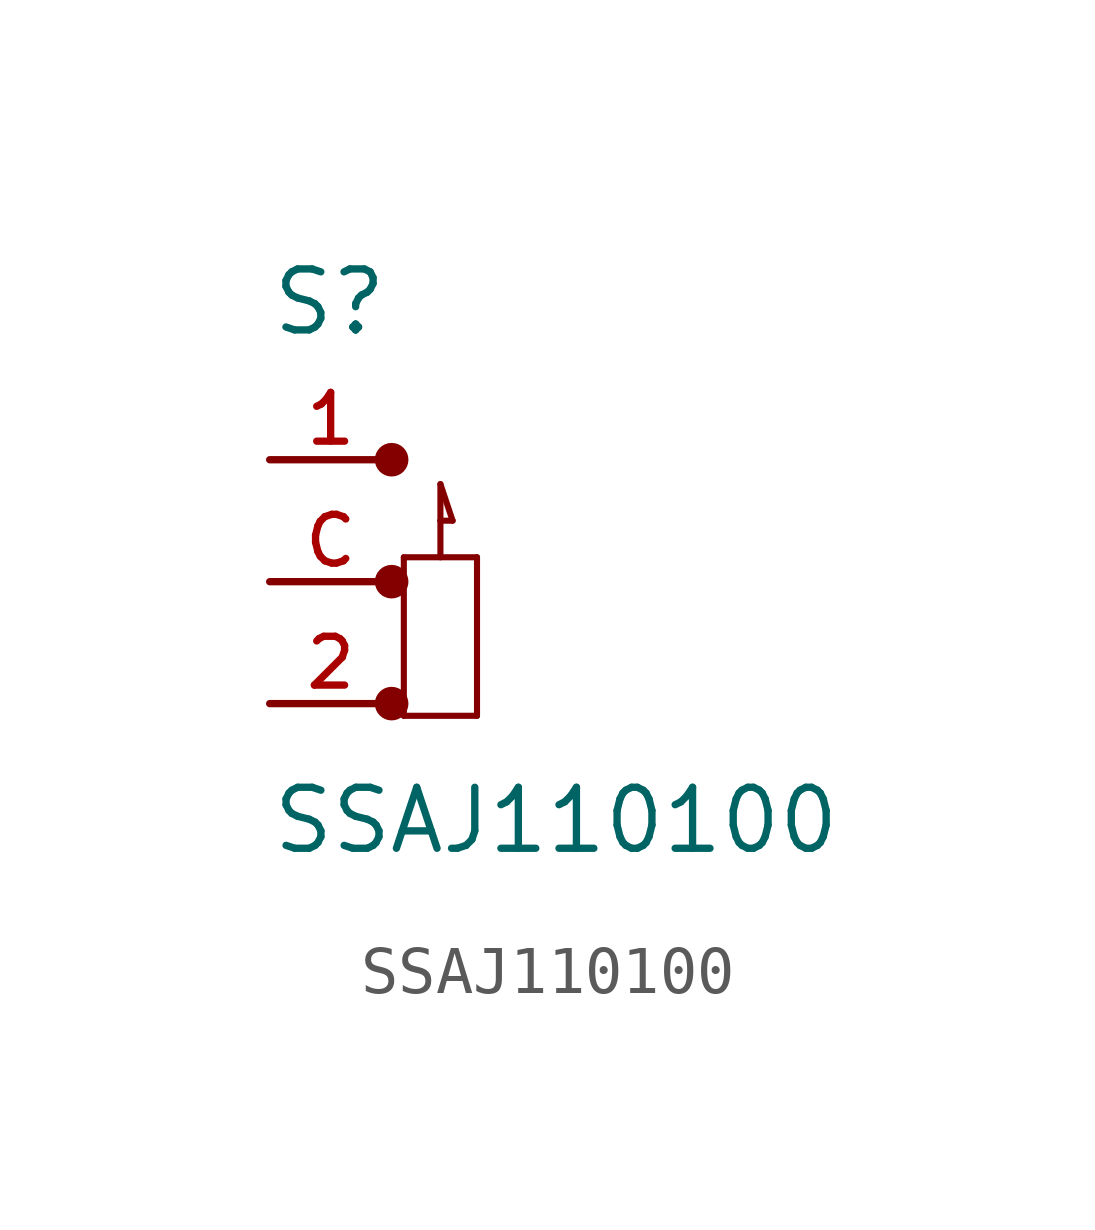
<source format=kicad_sym>
(kicad_symbol_lib
  (version 20211014)
  (generator kicad_symbol_editor)
  (symbol "SSAJ110100"
    (pin_names
      (offset 1.016))
    (property "Reference" "S"
      (at -2.543 5.08 0)
      (effects (font (size 1.27 1.27)) (justify bottom left)))
    (property "Value" "SSAJ110100"
      (at -2.541 -5.716 0)
      (effects (font (size 1.27 1.27)) (justify bottom left)))
    (symbol "SSAJ110100_0_0"
      (circle (center 0.0 2.54) (radius 0.2) (stroke (width 0.3)) (fill (type none)))
      (polyline (pts (xy 1.016 0.508) (xy 1.016 1.27)) (stroke (width 0.127)))
      (polyline (pts (xy 1.016 1.27) (xy 1.016 2.032)) (stroke (width 0.127)))
      (polyline (pts (xy 1.016 2.032) (xy 1.27 1.27)) (stroke (width 0.127)))
      (polyline (pts (xy 1.27 1.27) (xy 1.016 1.27)) (stroke (width 0.127)))
      (circle (center 0.0 0.0) (radius 0.2) (stroke (width 0.3)) (fill (type none)))
      (circle (center 0.0 -2.54) (radius 0.2) (stroke (width 0.3)) (fill (type none)))
      (polyline (pts (xy 0.254 0.508) (xy 1.778 0.508)) (stroke (width 0.127)))
      (polyline (pts (xy 1.778 0.508) (xy 1.778 -2.794)) (stroke (width 0.127)))
      (polyline (pts (xy 1.778 -2.794) (xy 0.254 -2.794)) (stroke (width 0.127)))
      (polyline (pts (xy 0.254 0.508) (xy 0.254 -2.794)) (stroke (width 0.127)))
      (pin passive line (at -2.54 0.0 0) (length 2.54) (name "~" (effects (font (size 1.016 1.016)))) (number "C" (effects (font (size 1.016 1.016)))))
      (pin passive line (at -2.54 2.54 0) (length 2.54) (name "~" (effects (font (size 1.016 1.016)))) (number "1" (effects (font (size 1.016 1.016)))))
      (pin passive line (at -2.54 -2.54 0) (length 2.54) (name "~" (effects (font (size 1.016 1.016)))) (number "2" (effects (font (size 1.016 1.016))))))))
</source>
